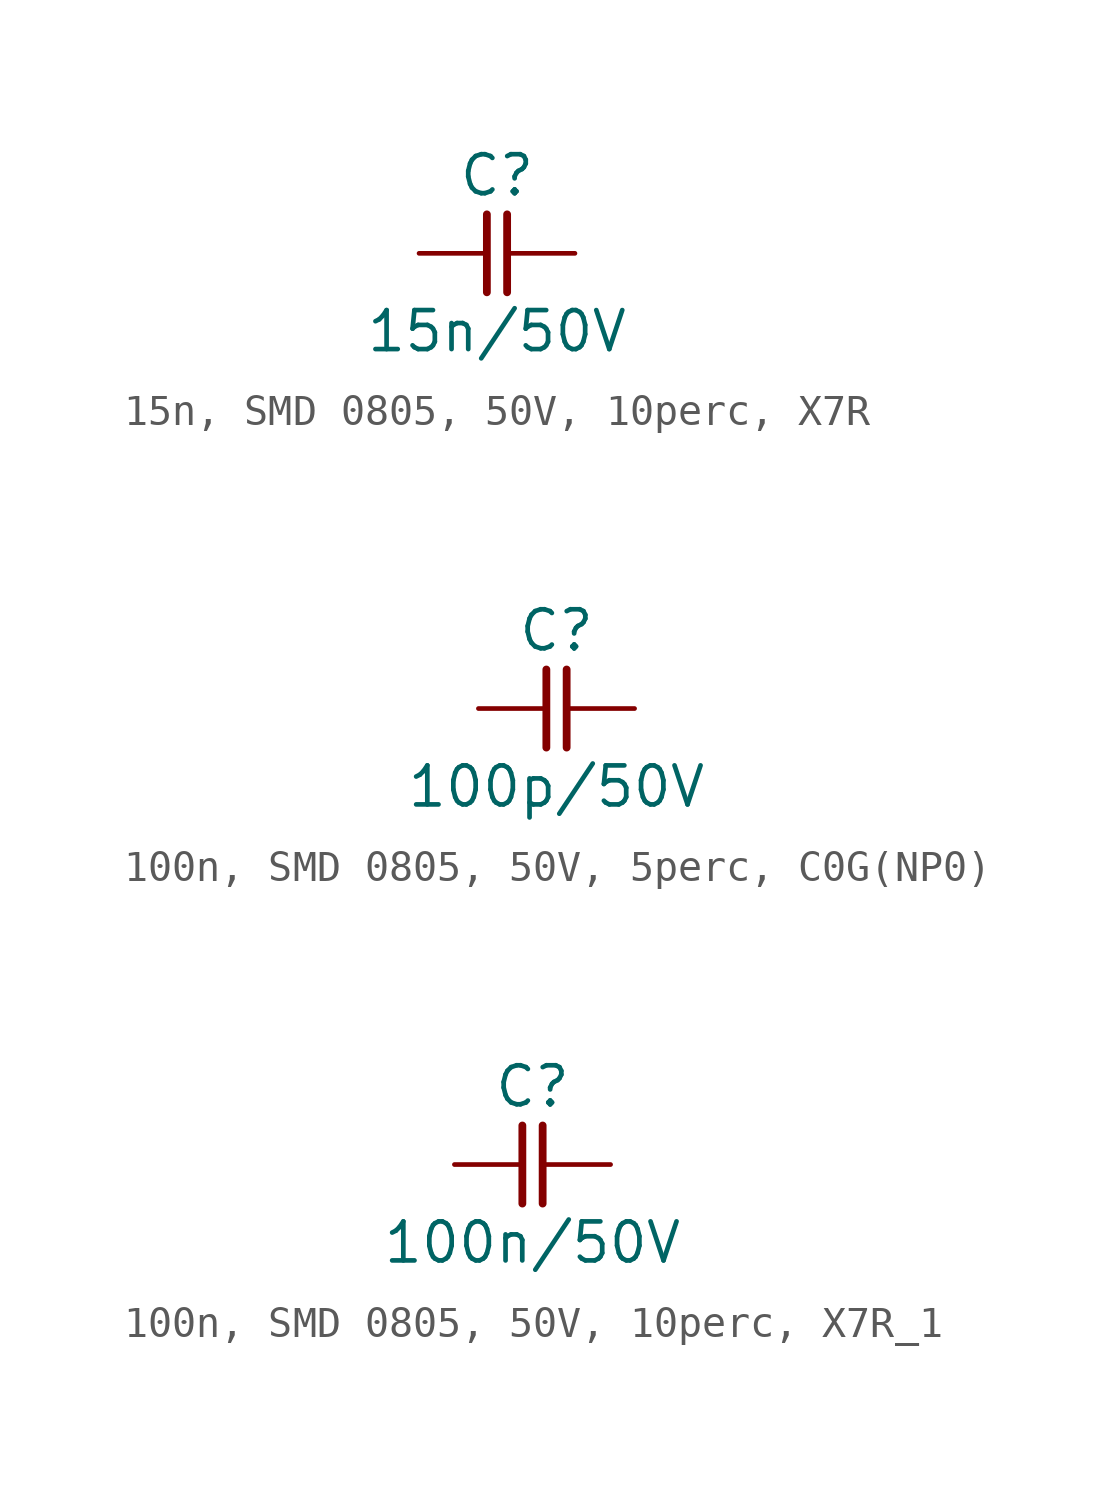
<source format=kicad_sym>
(kicad_symbol_lib
  (version 20241209)
  (generator "kicad_symbol_editor")
  (generator_version "9.0")
  (symbol "15n, SMD 0805, 50V, 10perc, X7R"
    (pin_numbers
      (hide yes))
    (pin_names
      (offset 0)
      (hide yes))
    (property "Reference" "C"
      (at 0 2.54 0)
      (effects (font (size 1.27 1.27))))
    (property "Value" "15n/50V"
      (at 0 -2.54 0)
      (effects (font (size 1.27 1.27))))
    (symbol "15n, SMD 0805, 50V, 10perc, X7R_0_1"
      (polyline (pts (xy -0.33 1.27) (xy -0.33 -1.27)) (stroke (width 0.254) (type default)) (fill (type none)))
      (polyline (pts (xy 0.33 1.27) (xy 0.33 -1.27)) (stroke (width 0.254) (type default)) (fill (type none))))
    (symbol "15n, SMD 0805, 50V, 10perc, X7R_1_1"
      (pin passive line (at -2.54 0 0) (length 2.21) (name "1" (effects (font (size 1.27 1.27)))) (number "1" (effects (font (size 1.27 1.27)))))
      (pin passive line (at 2.54 0 180) (length 2.21) (name "2" (effects (font (size 1.27 1.27)))) (number "2" (effects (font (size 1.27 1.27)))))))
  (symbol "100n, SMD 0805, 50V, 5perc, C0G(NP0)"
    (pin_numbers
      (hide yes))
    (pin_names
      (offset 0)
      (hide yes))
    (property "Reference" "C"
      (at 0 2.54 0)
      (effects (font (size 1.27 1.27))))
    (property "Value" "100p/50V"
      (at 0 -2.54 0)
      (effects (font (size 1.27 1.27))))
    (symbol "100n, SMD 0805, 50V, 5perc, C0G(NP0)_0_1"
      (polyline (pts (xy -0.33 1.27) (xy -0.33 -1.27)) (stroke (width 0.254) (type default)) (fill (type none)))
      (polyline (pts (xy 0.33 1.27) (xy 0.33 -1.27)) (stroke (width 0.254) (type default)) (fill (type none))))
    (symbol "100n, SMD 0805, 50V, 5perc, C0G(NP0)_1_1"
      (pin passive line (at -2.54 0 0) (length 2.21) (name "1" (effects (font (size 1.27 1.27)))) (number "1" (effects (font (size 1.27 1.27)))))
      (pin passive line (at 2.54 0 180) (length 2.21) (name "2" (effects (font (size 1.27 1.27)))) (number "2" (effects (font (size 1.27 1.27)))))))
  (symbol "100n, SMD 0805, 50V, 10perc, X7R_1"
    (pin_numbers
      (hide yes))
    (pin_names
      (offset 0)
      (hide yes))
    (property "Reference" "C"
      (at 0 2.54 0)
      (effects (font (size 1.27 1.27))))
    (property "Value" "100n/50V"
      (at 0 -2.54 0)
      (effects (font (size 1.27 1.27))))
    (symbol "100n, SMD 0805, 50V, 10perc, X7R_1_0_1"
      (polyline (pts (xy -0.33 1.27) (xy -0.33 -1.27)) (stroke (width 0.254) (type default)) (fill (type none)))
      (polyline (pts (xy 0.33 1.27) (xy 0.33 -1.27)) (stroke (width 0.254) (type default)) (fill (type none))))
    (symbol "100n, SMD 0805, 50V, 10perc, X7R_1_1_1"
      (pin passive line (at -2.54 0 0) (length 2.21) (name "1" (effects (font (size 1.27 1.27)))) (number "1" (effects (font (size 1.27 1.27)))))
      (pin passive line (at 2.54 0 180) (length 2.21) (name "2" (effects (font (size 1.27 1.27)))) (number "2" (effects (font (size 1.27 1.27))))))))
</source>
